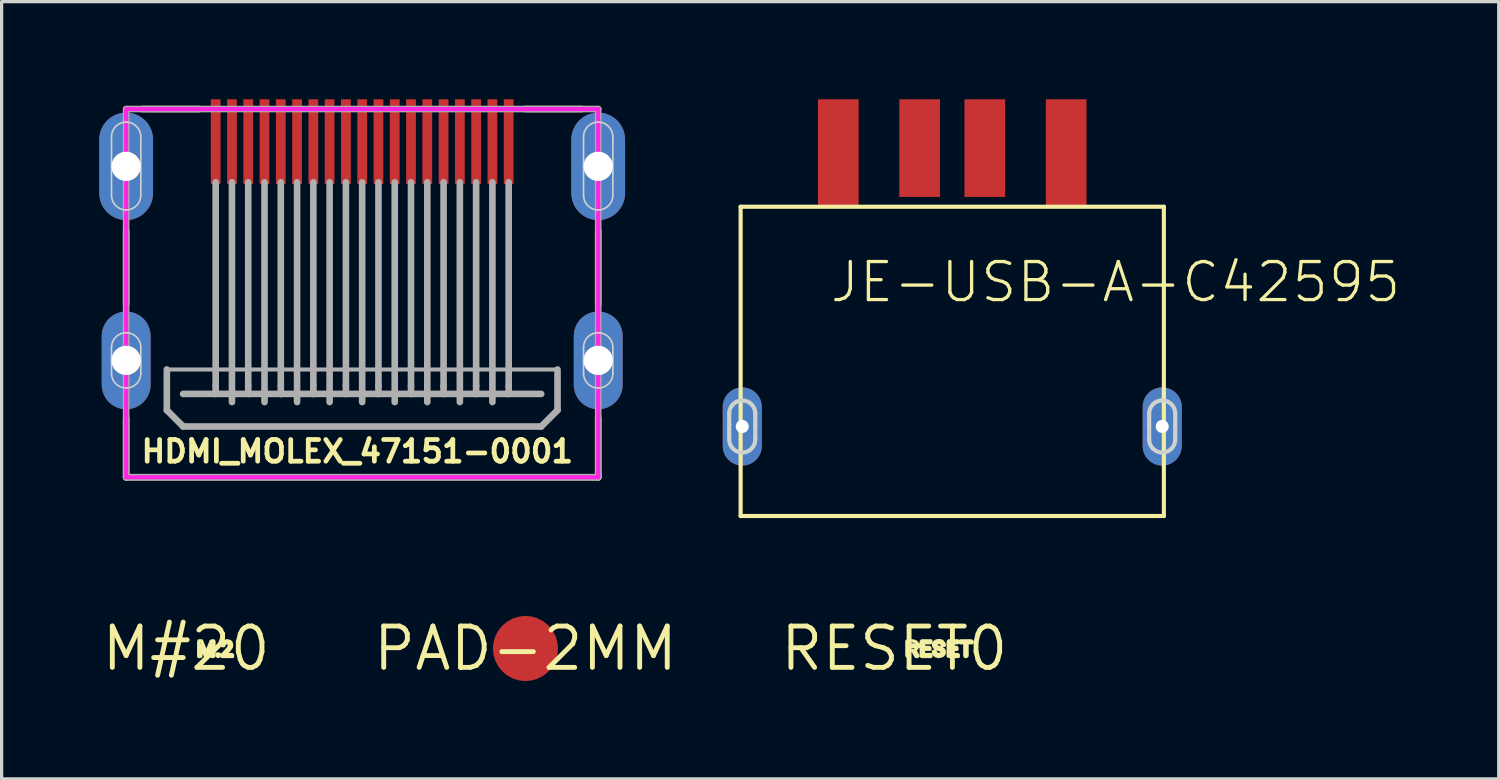
<source format=kicad_pcb>
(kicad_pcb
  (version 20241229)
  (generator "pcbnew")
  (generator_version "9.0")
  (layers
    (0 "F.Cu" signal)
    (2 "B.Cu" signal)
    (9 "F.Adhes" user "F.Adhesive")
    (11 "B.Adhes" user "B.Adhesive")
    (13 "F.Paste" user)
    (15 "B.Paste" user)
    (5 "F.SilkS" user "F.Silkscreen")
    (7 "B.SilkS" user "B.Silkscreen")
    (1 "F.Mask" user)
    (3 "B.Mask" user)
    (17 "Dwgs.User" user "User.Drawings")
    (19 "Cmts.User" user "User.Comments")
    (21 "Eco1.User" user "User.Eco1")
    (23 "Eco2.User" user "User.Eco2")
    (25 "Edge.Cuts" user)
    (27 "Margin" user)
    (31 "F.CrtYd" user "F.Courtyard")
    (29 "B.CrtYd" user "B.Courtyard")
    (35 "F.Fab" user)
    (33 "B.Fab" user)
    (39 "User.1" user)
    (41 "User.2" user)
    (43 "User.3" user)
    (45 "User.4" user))
  (footprint "M#20"
    (layer "F.Cu")
    (at 2.668 16.87)
    (property "Reference" "M#20" (at 0 0 0) (layer "F.SilkS") (effects (font (size 1.27 1.27) (thickness 0.15))))
    (fp_poly (pts (xy 1.025 0.176) (xy 1.025 0.223) (xy 0.991 0.246) (xy 0.956 0.234) (xy 0.945 0.2) (xy 0.956 0.165) (xy 0.991 0.165)) (stroke (width 0.1) (type solid)) (fill no) (layer "F.SilkS"))
    (fp_poly (pts (xy 0.62 0.135) (xy 0.625 0.118) (xy 0.766 -0.224) (xy 0.799 -0.235) (xy 0.843 -0.235) (xy 0.855 -0.211) (xy 0.855 0.234) (xy 0.821 0.245) (xy 0.785 0.245) (xy 0.785 0.07) (xy 0.794 -0.11) (xy 0.653 0.245) (xy 0.608 0.245) (xy 0.586 0.223) (xy 0.455 -0.104) (xy 0.455 0.233) (xy 0.431 0.245) (xy 0.385 0.245) (xy 0.385 -0.201) (xy 0.396 -0.235) (xy 0.473 -0.235)) (stroke (width 0.1) (type solid)) (fill no) (layer "F.SilkS"))
    (fp_poly (pts (xy 1.312 -0.225) (xy 1.342 -0.215) (xy 1.374 -0.193) (xy 1.385 -0.162) (xy 1.395 -0.131) (xy 1.395 -0.069) (xy 1.384 -0.037) (xy 1.364 -0.017) (xy 1.344 0.023) (xy 1.314 0.053) (xy 1.204 0.173) (xy 1.198 0.185) (xy 1.401 0.185) (xy 1.425 0.197) (xy 1.425 0.245) (xy 1.105 0.245) (xy 1.105 0.198) (xy 1.126 0.177) (xy 1.286 -0.003) (xy 1.306 -0.033) (xy 1.315 -0.052) (xy 1.325 -0.091) (xy 1.325 -0.119) (xy 1.316 -0.147) (xy 1.297 -0.165) (xy 1.259 -0.175) (xy 1.231 -0.175) (xy 1.203 -0.166) (xy 1.184 -0.147) (xy 1.153 -0.085) (xy 1.117 -0.085) (xy 1.105 -0.109) (xy 1.105 -0.142) (xy 1.126 -0.173) (xy 1.146 -0.194) (xy 1.167 -0.215) (xy 1.209 -0.225) (xy 1.239 -0.235) (xy 1.281 -0.235)) (stroke (width 0.1) (type solid)) (fill no) (layer "F.SilkS")))
  (footprint "HDMI_MOLEX_47151-0001"
    (layer "F.Cu")
    (at 8.075 1.3)
    (property "Reference" "HDMI_MOLEX_47151-0001" (at -6.858 9.906 0) (layer "F.SilkS") (effects (font (size 0.666 0.666) (thickness 0.146)) (justify left bottom)))
    (fp_line (start -7.25 5) (end -7.25 2.75) (stroke (width 0.203) (type solid)) (layer "F.SilkS"))
    (fp_line (start -7.25 10.31) (end -7.25 8.5) (stroke (width 0.203) (type solid)) (layer "F.SilkS"))
    (fp_line (start -7.25 10.31) (end 7.25 10.31) (stroke (width 0.203) (type solid)) (layer "F.SilkS"))
    (fp_line (start -6.75 -1) (end -5 -1) (stroke (width 0.203) (type solid)) (layer "F.SilkS"))
    (fp_line (start 5 -1) (end 6.75 -1) (stroke (width 0.203) (type solid)) (layer "F.SilkS"))
    (fp_line (start 7.25 5) (end 7.25 2.75) (stroke (width 0.203) (type solid)) (layer "F.SilkS"))
    (fp_line (start 7.25 10.31) (end 7.25 8.5) (stroke (width 0.203) (type solid)) (layer "F.SilkS"))
    (fp_line (start -7.7 -0.15) (end -7.7 1.65) (stroke (width 0.05) (type solid)) (layer "Edge.Cuts"))
    (fp_line (start -7.7 7.12) (end -7.7 6.32) (stroke (width 0.05) (type solid)) (layer "Edge.Cuts"))
    (fp_line (start -6.8 1.65) (end -6.8 -0.15) (stroke (width 0.05) (type solid)) (layer "Edge.Cuts"))
    (fp_line (start -6.8 6.32) (end -6.8 7.12) (stroke (width 0.05) (type solid)) (layer "Edge.Cuts"))
    (fp_line (start 6.8 -0.15) (end 6.8 1.65) (stroke (width 0.05) (type solid)) (layer "Edge.Cuts"))
    (fp_line (start 6.8 7.12) (end 6.8 6.32) (stroke (width 0.05) (type solid)) (layer "Edge.Cuts"))
    (fp_line (start 7.7 1.65) (end 7.7 -0.15) (stroke (width 0.05) (type solid)) (layer "Edge.Cuts"))
    (fp_line (start 7.7 6.32) (end 7.7 7.12) (stroke (width 0.05) (type solid)) (layer "Edge.Cuts"))
    (fp_arc (start -7.7 -0.15) (mid -7.568197 -0.468198) (end -7.249999 -0.599999) (stroke (width 0.05) (type solid)) (layer "Edge.Cuts"))
    (fp_arc (start -7.7 6.32) (mid -7.568198 6.001802) (end -7.25 5.87) (stroke (width 0.05) (type solid)) (layer "Edge.Cuts"))
    (fp_arc (start -7.25 -0.6) (mid -6.931801 -0.468198) (end -6.799999 -0.149999) (stroke (width 0.05) (type solid)) (layer "Edge.Cuts"))
    (fp_arc (start -7.25 2.1) (mid -7.568198 1.968198) (end -7.7 1.65) (stroke (width 0.05) (type solid)) (layer "Edge.Cuts"))
    (fp_arc (start -7.25 5.87) (mid -6.931802 6.001802) (end -6.8 6.32) (stroke (width 0.05) (type solid)) (layer "Edge.Cuts"))
    (fp_arc (start -7.25 7.57) (mid -7.568198 7.438198) (end -7.7 7.12) (stroke (width 0.05) (type solid)) (layer "Edge.Cuts"))
    (fp_arc (start -6.8 1.65) (mid -6.931802 1.968198) (end -7.25 2.1) (stroke (width 0.05) (type solid)) (layer "Edge.Cuts"))
    (fp_arc (start -6.8 7.12) (mid -6.931802 7.438198) (end -7.25 7.57) (stroke (width 0.05) (type solid)) (layer "Edge.Cuts"))
    (fp_arc (start 6.8 -0.15) (mid 6.931803 -0.468198) (end 7.250001 -0.599999) (stroke (width 0.05) (type solid)) (layer "Edge.Cuts"))
    (fp_arc (start 6.8 6.32) (mid 6.931802 6.001802) (end 7.25 5.87) (stroke (width 0.05) (type solid)) (layer "Edge.Cuts"))
    (fp_arc (start 7.25 -0.6) (mid 7.568199 -0.468198) (end 7.700001 -0.149999) (stroke (width 0.05) (type solid)) (layer "Edge.Cuts"))
    (fp_arc (start 7.25 2.1) (mid 6.931802 1.968198) (end 6.8 1.65) (stroke (width 0.05) (type solid)) (layer "Edge.Cuts"))
    (fp_arc (start 7.25 5.87) (mid 7.568198 6.001802) (end 7.7 6.32) (stroke (width 0.05) (type solid)) (layer "Edge.Cuts"))
    (fp_arc (start 7.25 7.57) (mid 6.931802 7.438198) (end 6.8 7.12) (stroke (width 0.05) (type solid)) (layer "Edge.Cuts"))
    (fp_arc (start 7.7 1.65) (mid 7.568198 1.968198) (end 7.25 2.1) (stroke (width 0.05) (type solid)) (layer "Edge.Cuts"))
    (fp_arc (start 7.7 7.12) (mid 7.568198 7.438198) (end 7.25 7.57) (stroke (width 0.05) (type solid)) (layer "Edge.Cuts"))
    (fp_line (start -7.25 -1) (end 7.25 -1) (stroke (width 0.127) (type solid)) (layer "F.CrtYd"))
    (fp_line (start -7.25 10.31) (end -7.25 -1) (stroke (width 0.127) (type solid)) (layer "F.CrtYd"))
    (fp_line (start -7.25 10.31) (end 7.25 10.31) (stroke (width 0.127) (type solid)) (layer "F.CrtYd"))
    (fp_line (start 7.25 10.31) (end 7.25 -1) (stroke (width 0.127) (type solid)) (layer "F.CrtYd"))
    (fp_line (start -7.25 -1) (end 7.25 -1) (stroke (width 0.203) (type solid)) (layer "F.Fab"))
    (fp_line (start -7.25 10.31) (end -7.25 -1) (stroke (width 0.203) (type solid)) (layer "F.Fab"))
    (fp_line (start -7.25 10.31) (end 7.25 10.31) (stroke (width 0.203) (type solid)) (layer "F.Fab"))
    (fp_line (start -6 7) (end 6 7) (stroke (width 0.127) (type solid)) (layer "F.Fab"))
    (fp_line (start -6 8.25) (end -6 7) (stroke (width 0.203) (type solid)) (layer "F.Fab"))
    (fp_line (start -5.5 7.75) (end -4.5 7.75) (stroke (width 0.203) (type solid)) (layer "F.Fab"))
    (fp_line (start -5.5 8.75) (end -6 8.25) (stroke (width 0.203) (type solid)) (layer "F.Fab"))
    (fp_line (start -4.5 1.25) (end -4.5 7.5) (stroke (width 0.203) (type solid)) (layer "F.Fab"))
    (fp_line (start -4.5 7.75) (end -4.5 7.5) (stroke (width 0.203) (type solid)) (layer "F.Fab"))
    (fp_line (start -4.5 7.75) (end -4 7.75) (stroke (width 0.203) (type solid)) (layer "F.Fab"))
    (fp_line (start -4 1.25) (end -4 7.75) (stroke (width 0.203) (type solid)) (layer "F.Fab"))
    (fp_line (start -4 7.75) (end -4 8) (stroke (width 0.203) (type solid)) (layer "F.Fab"))
    (fp_line (start -4 7.75) (end -3.5 7.75) (stroke (width 0.203) (type solid)) (layer "F.Fab"))
    (fp_line (start -3.5 1.25) (end -3.5 7.5) (stroke (width 0.203) (type solid)) (layer "F.Fab"))
    (fp_line (start -3.5 7.75) (end -3.5 7.5) (stroke (width 0.203) (type solid)) (layer "F.Fab"))
    (fp_line (start -3.5 7.75) (end -3 7.75) (stroke (width 0.203) (type solid)) (layer "F.Fab"))
    (fp_line (start -3 1.25) (end -3 7.75) (stroke (width 0.203) (type solid)) (layer "F.Fab"))
    (fp_line (start -3 7.75) (end -3 8) (stroke (width 0.203) (type solid)) (layer "F.Fab"))
    (fp_line (start -3 7.75) (end -2.5 7.75) (stroke (width 0.203) (type solid)) (layer "F.Fab"))
    (fp_line (start -2.5 1.25) (end -2.5 7.5) (stroke (width 0.203) (type solid)) (layer "F.Fab"))
    (fp_line (start -2.5 7.75) (end -2.5 7.5) (stroke (width 0.203) (type solid)) (layer "F.Fab"))
    (fp_line (start -2.5 7.75) (end -2 7.75) (stroke (width 0.203) (type solid)) (layer "F.Fab"))
    (fp_line (start -2 1.25) (end -2 7.75) (stroke (width 0.203) (type solid)) (layer "F.Fab"))
    (fp_line (start -2 7.75) (end -2 8) (stroke (width 0.203) (type solid)) (layer "F.Fab"))
    (fp_line (start -2 7.75) (end -1.5 7.75) (stroke (width 0.203) (type solid)) (layer "F.Fab"))
    (fp_line (start -1.5 1.25) (end -1.5 7.5) (stroke (width 0.203) (type solid)) (layer "F.Fab"))
    (fp_line (start -1.5 7.75) (end -1.5 7.5) (stroke (width 0.203) (type solid)) (layer "F.Fab"))
    (fp_line (start -1.5 7.75) (end -1 7.75) (stroke (width 0.203) (type solid)) (layer "F.Fab"))
    (fp_line (start -1 1.25) (end -1 7.75) (stroke (width 0.203) (type solid)) (layer "F.Fab"))
    (fp_line (start -1 7.75) (end -1 8) (stroke (width 0.203) (type solid)) (layer "F.Fab"))
    (fp_line (start -1 7.75) (end -0.5 7.75) (stroke (width 0.203) (type solid)) (layer "F.Fab"))
    (fp_line (start -0.5 1.25) (end -0.5 7.5) (stroke (width 0.203) (type solid)) (layer "F.Fab"))
    (fp_line (start -0.5 7.75) (end -0.5 7.5) (stroke (width 0.203) (type solid)) (layer "F.Fab"))
    (fp_line (start -0.5 7.75) (end 0 7.75) (stroke (width 0.203) (type solid)) (layer "F.Fab"))
    (fp_line (start 0 1.25) (end 0 7.75) (stroke (width 0.203) (type solid)) (layer "F.Fab"))
    (fp_line (start 0 7.75) (end 0 8) (stroke (width 0.203) (type solid)) (layer "F.Fab"))
    (fp_line (start 0 7.75) (end 0.5 7.75) (stroke (width 0.203) (type solid)) (layer "F.Fab"))
    (fp_line (start 0.5 1.25) (end 0.5 7.5) (stroke (width 0.203) (type solid)) (layer "F.Fab"))
    (fp_line (start 0.5 7.75) (end 0.5 7.5) (stroke (width 0.203) (type solid)) (layer "F.Fab"))
    (fp_line (start 0.5 7.75) (end 1 7.75) (stroke (width 0.203) (type solid)) (layer "F.Fab"))
    (fp_line (start 1 1.25) (end 1 7.75) (stroke (width 0.203) (type solid)) (layer "F.Fab"))
    (fp_line (start 1 7.75) (end 1 8) (stroke (width 0.203) (type solid)) (layer "F.Fab"))
    (fp_line (start 1 7.75) (end 1.5 7.75) (stroke (width 0.203) (type solid)) (layer "F.Fab"))
    (fp_line (start 1.5 1.25) (end 1.5 7.5) (stroke (width 0.203) (type solid)) (layer "F.Fab"))
    (fp_line (start 1.5 7.75) (end 1.5 7.5) (stroke (width 0.203) (type solid)) (layer "F.Fab"))
    (fp_line (start 1.5 7.75) (end 2 7.75) (stroke (width 0.203) (type solid)) (layer "F.Fab"))
    (fp_line (start 2 1.25) (end 2 7.75) (stroke (width 0.203) (type solid)) (layer "F.Fab"))
    (fp_line (start 2 7.75) (end 2 8) (stroke (width 0.203) (type solid)) (layer "F.Fab"))
    (fp_line (start 2 7.75) (end 2.5 7.75) (stroke (width 0.203) (type solid)) (layer "F.Fab"))
    (fp_line (start 2.5 1.25) (end 2.5 7.5) (stroke (width 0.203) (type solid)) (layer "F.Fab"))
    (fp_line (start 2.5 7.75) (end 2.5 7.5) (stroke (width 0.203) (type solid)) (layer "F.Fab"))
    (fp_line (start 2.5 7.75) (end 3 7.75) (stroke (width 0.203) (type solid)) (layer "F.Fab"))
    (fp_line (start 3 1.25) (end 3 7.75) (stroke (width 0.203) (type solid)) (layer "F.Fab"))
    (fp_line (start 3 7.75) (end 3 8) (stroke (width 0.203) (type solid)) (layer "F.Fab"))
    (fp_line (start 3 7.75) (end 3.5 7.75) (stroke (width 0.203) (type solid)) (layer "F.Fab"))
    (fp_line (start 3.5 1.25) (end 3.5 7.5) (stroke (width 0.203) (type solid)) (layer "F.Fab"))
    (fp_line (start 3.5 7.75) (end 3.5 7.5) (stroke (width 0.203) (type solid)) (layer "F.Fab"))
    (fp_line (start 3.5 7.75) (end 4 7.75) (stroke (width 0.203) (type solid)) (layer "F.Fab"))
    (fp_line (start 4 1.25) (end 4 7.75) (stroke (width 0.203) (type solid)) (layer "F.Fab"))
    (fp_line (start 4 7.75) (end 4 8) (stroke (width 0.203) (type solid)) (layer "F.Fab"))
    (fp_line (start 4 7.75) (end 4.5 7.75) (stroke (width 0.203) (type solid)) (layer "F.Fab"))
    (fp_line (start 4.5 1.25) (end 4.5 7.5) (stroke (width 0.203) (type solid)) (layer "F.Fab"))
    (fp_line (start 4.5 7.75) (end 4.5 7.5) (stroke (width 0.203) (type solid)) (layer "F.Fab"))
    (fp_line (start 4.5 7.75) (end 5.5 7.75) (stroke (width 0.203) (type solid)) (layer "F.Fab"))
    (fp_line (start 5.5 8.75) (end -5.5 8.75) (stroke (width 0.203) (type solid)) (layer "F.Fab"))
    (fp_line (start 6 7) (end 6 8.25) (stroke (width 0.203) (type solid)) (layer "F.Fab"))
    (fp_line (start 6 8.25) (end 5.5 8.75) (stroke (width 0.203) (type solid)) (layer "F.Fab"))
    (fp_line (start 7.25 10.31) (end 7.25 -1) (stroke (width 0.203) (type solid)) (layer "F.Fab"))
    (pad "1" smd rect (at 4.5 0) (size 0.3 2.6) (layers "F.Cu" "F.Mask" "F.Paste"))
    (pad "2" smd rect (at 4 0) (size 0.3 2.6) (layers "F.Cu" "F.Mask" "F.Paste"))
    (pad "3" smd rect (at 3.5 0) (size 0.3 2.6) (layers "F.Cu" "F.Mask" "F.Paste"))
    (pad "4" smd rect (at 3 0) (size 0.3 2.6) (layers "F.Cu" "F.Mask" "F.Paste"))
    (pad "5" smd rect (at 2.5 0) (size 0.3 2.6) (layers "F.Cu" "F.Mask" "F.Paste"))
    (pad "6" smd rect (at 2 0) (size 0.3 2.6) (layers "F.Cu" "F.Mask" "F.Paste"))
    (pad "7" smd rect (at 1.5 0) (size 0.3 2.6) (layers "F.Cu" "F.Mask" "F.Paste"))
    (pad "8" smd rect (at 1 0) (size 0.3 2.6) (layers "F.Cu" "F.Mask" "F.Paste"))
    (pad "9" smd rect (at 0.5 0) (size 0.3 2.6) (layers "F.Cu" "F.Mask" "F.Paste"))
    (pad "10" smd rect (at 0 0) (size 0.3 2.6) (layers "F.Cu" "F.Mask" "F.Paste"))
    (pad "11" smd rect (at -0.5 0) (size 0.3 2.6) (layers "F.Cu" "F.Mask" "F.Paste"))
    (pad "12" smd rect (at -1 0) (size 0.3 2.6) (layers "F.Cu" "F.Mask" "F.Paste"))
    (pad "13" smd rect (at -1.5 0) (size 0.3 2.6) (layers "F.Cu" "F.Mask" "F.Paste"))
    (pad "14" smd rect (at -2 0) (size 0.3 2.6) (layers "F.Cu" "F.Mask" "F.Paste"))
    (pad "15" smd rect (at -2.5 0) (size 0.3 2.6) (layers "F.Cu" "F.Mask" "F.Paste"))
    (pad "16" smd rect (at -3 0) (size 0.3 2.6) (layers "F.Cu" "F.Mask" "F.Paste"))
    (pad "17" smd rect (at -3.5 0) (size 0.3 2.6) (layers "F.Cu" "F.Mask" "F.Paste"))
    (pad "18" smd rect (at -4 0) (size 0.3 2.6) (layers "F.Cu" "F.Mask" "F.Paste"))
    (pad "19" smd rect (at -4.5 0) (size 0.3 2.6) (layers "F.Cu" "F.Mask" "F.Paste"))
    (pad "P$1" thru_hole oval (at -7.25 0.76 90) (size 3.3 1.65) (drill 0.9) (layers "*.Cu" "*.Mask"))
    (pad "P$2" thru_hole oval (at 7.25 0.76 90) (size 3.3 1.65) (drill 0.9) (layers "*.Cu" "*.Mask"))
    (pad "P$3" thru_hole oval (at 7.25 6.72 90) (size 3 1.5) (drill 0.9) (layers "*.Cu" "*.Mask"))
    (pad "P$4" thru_hole oval (at -7.25 6.72 90) (size 3 1.5) (drill 0.9) (layers "*.Cu" "*.Mask")))
  (footprint "PAD-2MM"
    (layer "F.Cu")
    (at 13.091 16.87)
    (property "Reference" "PAD-2MM" (at 0 0 0) (layer "F.SilkS") (effects (font (size 1.27 1.27) (thickness 0.15))))
    (pad "P$1" smd roundrect (at 0 0) (size 2 2) (layers "F.Cu" "F.Mask") (roundrect_rratio 0.5)))
  (footprint "RESET0"
    (layer "F.Cu")
    (at 24.421 16.87)
    (property "Reference" "RESET0" (at 0 0 0) (layer "F.SilkS") (effects (font (size 1.27 1.27) (thickness 0.15))))
    (fp_poly (pts (xy 2.385 -0.212) (xy 2.385 -0.175) (xy 2.244 -0.175) (xy 2.235 -0.149) (xy 2.235 0.222) (xy 2.212 0.245) (xy 2.176 0.245) (xy 2.165 0.211) (xy 2.165 -0.158) (xy 2.148 -0.175) (xy 2.039 -0.175) (xy 2.015 -0.187) (xy 2.015 -0.224) (xy 2.049 -0.235) (xy 2.362 -0.235)) (stroke (width 0.1) (type solid)) (fill no) (layer "F.SilkS"))
    (fp_poly (pts (xy 1.125 -0.187) (xy 1.101 -0.175) (xy 0.904 -0.175) (xy 0.895 -0.149) (xy 0.895 -0.051) (xy 0.903 -0.035) (xy 1.072 -0.035) (xy 1.095 -0.012) (xy 1.095 0.025) (xy 0.921 0.025) (xy 0.895 0.034) (xy 0.895 0.159) (xy 0.904 0.185) (xy 1.112 0.185) (xy 1.125 0.198) (xy 1.125 0.245) (xy 0.849 0.245) (xy 0.825 0.233) (xy 0.825 -0.212) (xy 0.848 -0.235) (xy 1.125 -0.235)) (stroke (width 0.1) (type solid)) (fill no) (layer "F.SilkS"))
    (fp_poly (pts (xy 1.955 -0.188) (xy 1.942 -0.175) (xy 1.734 -0.175) (xy 1.725 -0.149) (xy 1.725 -0.052) (xy 1.742 -0.035) (xy 1.913 -0.035) (xy 1.925 -0.011) (xy 1.925 0.025) (xy 1.751 0.025) (xy 1.725 0.034) (xy 1.725 0.158) (xy 1.743 0.185) (xy 1.941 0.185) (xy 1.965 0.197) (xy 1.965 0.245) (xy 1.689 0.245) (xy 1.655 0.234) (xy 1.655 -0.212) (xy 1.678 -0.235) (xy 1.955 -0.235)) (stroke (width 0.1) (type solid)) (fill no) (layer "F.SilkS"))
    (fp_poly (pts (xy 0.601 -0.225) (xy 0.632 -0.215) (xy 0.663 -0.204) (xy 0.684 -0.183) (xy 0.705 -0.152) (xy 0.715 -0.121) (xy 0.715 -0.079) (xy 0.705 -0.048) (xy 0.695 -0.018) (xy 0.674 0.014) (xy 0.644 0.033) (xy 0.636 0.05) (xy 0.727 0.232) (xy 0.701 0.245) (xy 0.667 0.245) (xy 0.646 0.213) (xy 0.566 0.063) (xy 0.558 0.055) (xy 0.464 0.055) (xy 0.455 0.081) (xy 0.455 0.211) (xy 0.444 0.245) (xy 0.408 0.245) (xy 0.385 0.222) (xy 0.385 -0.224) (xy 0.419 -0.235) (xy 0.561 -0.235)) (stroke (width 0.1) (type solid)) (fill no) (layer "F.SilkS"))
    (fp_poly (pts (xy 1.401 -0.235) (xy 1.442 -0.235) (xy 1.473 -0.214) (xy 1.494 -0.193) (xy 1.535 -0.132) (xy 1.535 -0.095) (xy 1.466 -0.095) (xy 1.455 -0.137) (xy 1.417 -0.176) (xy 1.389 -0.185) (xy 1.351 -0.185) (xy 1.313 -0.175) (xy 1.294 -0.157) (xy 1.285 -0.129) (xy 1.285 -0.101) (xy 1.294 -0.073) (xy 1.322 -0.055) (xy 1.352 -0.045) (xy 1.422 -0.015) (xy 1.452 -0.005) (xy 1.514 0.037) (xy 1.525 0.058) (xy 1.535 0.099) (xy 1.535 0.131) (xy 1.525 0.162) (xy 1.504 0.193) (xy 1.483 0.214) (xy 1.452 0.225) (xy 1.421 0.235) (xy 1.381 0.245) (xy 1.349 0.245) (xy 1.309 0.235) (xy 1.278 0.225) (xy 1.247 0.204) (xy 1.226 0.183) (xy 1.205 0.152) (xy 1.195 0.12) (xy 1.206 0.085) (xy 1.254 0.085) (xy 1.265 0.118) (xy 1.274 0.147) (xy 1.302 0.165) (xy 1.36 0.185) (xy 1.399 0.175) (xy 1.428 0.175) (xy 1.456 0.157) (xy 1.465 0.129) (xy 1.465 0.092) (xy 1.447 0.064) (xy 1.428 0.055) (xy 1.398 0.045) (xy 1.358 0.025) (xy 1.319 0.015) (xy 1.288 0.005) (xy 1.257 -0.016) (xy 1.236 -0.037) (xy 1.215 -0.068) (xy 1.205 -0.099) (xy 1.205 -0.131) (xy 1.215 -0.162) (xy 1.236 -0.194) (xy 1.267 -0.214) (xy 1.298 -0.235) (xy 1.329 -0.235) (xy 1.37 -0.245)) (stroke (width 0.1) (type solid)) (fill no) (layer "F.SilkS")))
  (footprint "JE-USB-A-C42595"
    (layer "F.Cu")
    (at 26.2 6.3)
    (property "Reference" "JE-USB-A-C42595" (at -3.81 0 0) (layer "F.SilkS") (effects (font (size 1.168 1.168) (thickness 0.102)) (justify left bottom)))
    (fp_line (start -6.5 -3) (end 6.5 -3) (stroke (width 0.127) (type solid)) (layer "F.SilkS"))
    (fp_line (start -6.5 6.5) (end -6.5 -3) (stroke (width 0.127) (type solid)) (layer "F.SilkS"))
    (fp_line (start 6.5 -3) (end 6.5 6.5) (stroke (width 0.127) (type solid)) (layer "F.SilkS"))
    (fp_line (start 6.5 6.5) (end -6.5 6.5) (stroke (width 0.127) (type solid)) (layer "F.SilkS"))
    (fp_line (start -6.85 3.7) (end -6.85 3.35) (stroke (width 0.127) (type solid)) (layer "Edge.Cuts"))
    (fp_line (start -6.85 4.15) (end -6.85 3.7) (stroke (width 0.127) (type solid)) (layer "Edge.Cuts"))
    (fp_line (start -6.05 3.35) (end -6.05 3.7) (stroke (width 0.127) (type solid)) (layer "Edge.Cuts"))
    (fp_line (start -6.05 3.7) (end -6.05 4.15) (stroke (width 0.127) (type solid)) (layer "Edge.Cuts"))
    (fp_line (start 6.05 3.7) (end 6.05 3.35) (stroke (width 0.127) (type solid)) (layer "Edge.Cuts"))
    (fp_line (start 6.05 4.15) (end 6.05 3.7) (stroke (width 0.127) (type solid)) (layer "Edge.Cuts"))
    (fp_line (start 6.85 3.35) (end 6.85 3.7) (stroke (width 0.127) (type solid)) (layer "Edge.Cuts"))
    (fp_line (start 6.85 3.7) (end 6.85 4.15) (stroke (width 0.127) (type solid)) (layer "Edge.Cuts"))
    (fp_arc (start -6.85 3.35) (mid -6.732843 3.067157) (end -6.45 2.95) (stroke (width 0.127) (type solid)) (layer "Edge.Cuts"))
    (fp_arc (start -6.45 2.95) (mid -6.167157 3.067157) (end -6.05 3.35) (stroke (width 0.127) (type solid)) (layer "Edge.Cuts"))
    (fp_arc (start -6.45 4.55) (mid -6.732843 4.432843) (end -6.85 4.15) (stroke (width 0.127) (type solid)) (layer "Edge.Cuts"))
    (fp_arc (start -6.05 4.15) (mid -6.167157 4.432843) (end -6.45 4.55) (stroke (width 0.127) (type solid)) (layer "Edge.Cuts"))
    (fp_arc (start 6.05 3.35) (mid 6.167157 3.067157) (end 6.45 2.95) (stroke (width 0.127) (type solid)) (layer "Edge.Cuts"))
    (fp_arc (start 6.45 2.95) (mid 6.732843 3.067157) (end 6.85 3.35) (stroke (width 0.127) (type solid)) (layer "Edge.Cuts"))
    (fp_arc (start 6.45 4.55) (mid 6.167157 4.432843) (end 6.05 4.15) (stroke (width 0.127) (type solid)) (layer "Edge.Cuts"))
    (fp_arc (start 6.85 4.15) (mid 6.732843 4.432843) (end 6.45 4.55) (stroke (width 0.127) (type solid)) (layer "Edge.Cuts"))
    (pad "D+" smd rect (at 1 -4.8 90) (size 3 1.25) (layers "F.Cu" "F.Mask" "F.Paste"))
    (pad "D-" smd rect (at -1 -4.8 90) (size 3 1.25) (layers "F.Cu" "F.Mask" "F.Paste"))
    (pad "GND" smd rect (at 3.5 -4.65 90) (size 3.3 1.25) (layers "F.Cu" "F.Mask" "F.Paste"))
    (pad "SHIELD-1" thru_hole oval (at -6.45 3.75 90) (size 2.4 1.2) (drill 0.4) (layers "*.Cu" "*.Mask"))
    (pad "SHIELD-2" thru_hole oval (at 6.45 3.75 90) (size 2.4 1.2) (drill 0.4) (layers "*.Cu" "*.Mask"))
    (pad "VBUS" smd rect (at -3.5 -4.65 90) (size 3.3 1.25) (layers "F.Cu" "F.Mask" "F.Paste")))
  (gr_rect
    (start -3 -3)
    (end 42.987 20.876)
    (stroke (width 0.1) (type default))
    (fill no)
    (layer "Edge.Cuts")))
</source>
